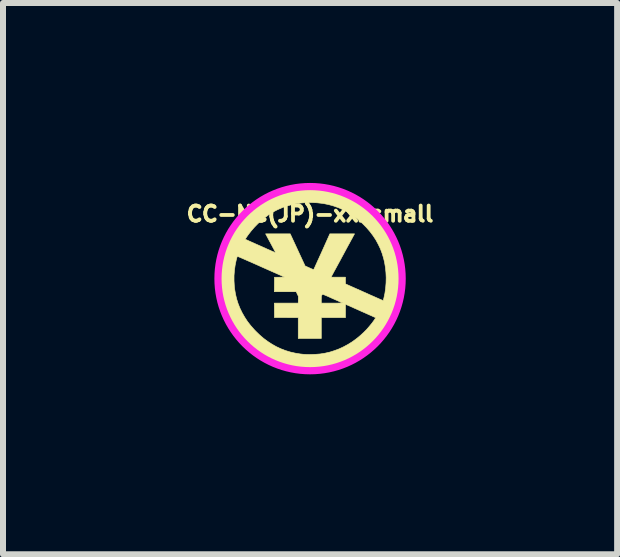
<source format=kicad_pcb>
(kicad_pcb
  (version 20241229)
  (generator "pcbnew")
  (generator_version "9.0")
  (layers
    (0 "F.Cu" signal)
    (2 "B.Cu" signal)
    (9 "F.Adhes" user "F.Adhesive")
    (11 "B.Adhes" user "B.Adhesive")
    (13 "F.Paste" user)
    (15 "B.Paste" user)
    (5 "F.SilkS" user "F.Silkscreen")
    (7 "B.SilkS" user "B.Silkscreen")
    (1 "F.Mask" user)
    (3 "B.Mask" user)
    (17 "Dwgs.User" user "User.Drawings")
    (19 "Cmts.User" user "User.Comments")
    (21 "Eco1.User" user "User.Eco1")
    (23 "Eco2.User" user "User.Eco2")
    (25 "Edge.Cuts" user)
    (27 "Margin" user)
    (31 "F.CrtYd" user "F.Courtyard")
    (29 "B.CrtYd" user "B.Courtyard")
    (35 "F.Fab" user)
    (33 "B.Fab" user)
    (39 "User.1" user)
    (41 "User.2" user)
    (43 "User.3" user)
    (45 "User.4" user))
  (footprint "CC-NC(JP)-xxxsmall"
    (layer "F.Cu")
    (at 2.12 1.596)
    (property "Reference" "CC-NC(JP)-xxxsmall" (at 0 -1.079 0) (layer "F.SilkS") (effects (font (size 0.254 0.254) (thickness 0.064))))
    (attr through_hole)
    (fp_poly (pts (xy 0.065 -1.547) (xy 0.163 -1.54) (xy 0.259 -1.529) (xy 0.353 -1.512) (xy 0.444 -1.489) (xy 0.533 -1.461) (xy 0.619 -1.428) (xy 0.703 -1.389) (xy 0.771 -1.352) (xy 0.849 -1.304) (xy 0.925 -1.25) (xy 0.999 -1.191) (xy 1.07 -1.128) (xy 1.137 -1.06) (xy 1.2 -0.988) (xy 1.26 -0.913) (xy 1.292 -0.868) (xy 1.313 -0.835) (xy 1.336 -0.798) (xy 1.359 -0.758) (xy 1.381 -0.717) (xy 1.402 -0.676) (xy 1.421 -0.636) (xy 1.437 -0.599) (xy 1.441 -0.588) (xy 1.471 -0.504) (xy 1.496 -0.418) (xy 1.517 -0.33) (xy 1.532 -0.238) (xy 1.543 -0.15) (xy 1.544 -0.129) (xy 1.545 -0.104) (xy 1.546 -0.075) (xy 1.547 -0.043) (xy 1.547 -0.01) (xy 1.547 0.025) (xy 1.546 0.058) (xy 1.545 0.09) (xy 1.544 0.119) (xy 1.543 0.145) (xy 1.541 0.165) (xy 1.53 0.254) (xy 1.515 0.338) (xy 1.497 0.419) (xy 1.474 0.497) (xy 1.448 0.573) (xy 1.416 0.647) (xy 1.399 0.685) (xy 1.356 0.765) (xy 1.308 0.842) (xy 1.255 0.918) (xy 1.197 0.99) (xy 1.133 1.06) (xy 1.065 1.128) (xy 0.991 1.192) (xy 0.927 1.243) (xy 0.849 1.298) (xy 0.768 1.348) (xy 0.684 1.392) (xy 0.598 1.431) (xy 0.51 1.465) (xy 0.42 1.493) (xy 0.328 1.515) (xy 0.235 1.532) (xy 0.201 1.536) (xy 0.157 1.541) (xy 0.116 1.544) (xy 0.076 1.547) (xy 0.033 1.548) (xy -0.01 1.548) (xy -0.031 1.547) (xy -0.051 1.547) (xy -0.068 1.547) (xy -0.082 1.547) (xy -0.092 1.546) (xy -0.095 1.546) (xy -0.103 1.546) (xy -0.115 1.545) (xy -0.13 1.543) (xy -0.146 1.542) (xy -0.147 1.542) (xy -0.239 1.531) (xy -0.331 1.515) (xy -0.421 1.493) (xy -0.51 1.465) (xy -0.597 1.431) (xy -0.681 1.391) (xy -0.682 1.391) (xy -0.753 1.353) (xy -0.82 1.312) (xy -0.885 1.268) (xy -0.948 1.22) (xy -1.01 1.167) (xy -1.072 1.109) (xy -1.104 1.078) (xy -1.171 1.005) (xy -1.233 0.93) (xy -1.29 0.854) (xy -1.34 0.775) (xy -1.385 0.695) (xy -1.425 0.612) (xy -1.459 0.527) (xy -1.487 0.439) (xy -1.511 0.349) (xy -1.529 0.256) (xy -1.541 0.162) (xy -1.543 0.138) (xy -1.545 0.108) (xy -1.546 0.076) (xy -1.547 0.04) (xy -1.547 0.038) (xy -1.268 0.038) (xy -1.263 0.126) (xy -1.258 0.171) (xy -1.244 0.255) (xy -1.225 0.337) (xy -1.2 0.416) (xy -1.169 0.494) (xy -1.132 0.57) (xy -1.09 0.643) (xy -1.043 0.715) (xy -0.989 0.784) (xy -0.93 0.851) (xy -0.907 0.875) (xy -0.842 0.938) (xy -0.775 0.996) (xy -0.706 1.047) (xy -0.635 1.093) (xy -0.563 1.134) (xy -0.488 1.169) (xy -0.41 1.199) (xy -0.331 1.223) (xy -0.248 1.242) (xy -0.163 1.256) (xy -0.144 1.258) (xy -0.104 1.262) (xy -0.062 1.264) (xy -0.016 1.265) (xy 0.033 1.264) (xy 0.088 1.262) (xy 0.089 1.262) (xy 0.169 1.256) (xy 0.249 1.243) (xy 0.329 1.225) (xy 0.407 1.2) (xy 0.485 1.171) (xy 0.56 1.136) (xy 0.634 1.096) (xy 0.706 1.051) (xy 0.774 1.001) (xy 0.787 0.991) (xy 0.842 0.945) (xy 0.894 0.897) (xy 0.944 0.847) (xy 0.989 0.795) (xy 1.031 0.744) (xy 1.068 0.693) (xy 1.077 0.679) (xy 1.095 0.652) (xy 1.083 0.646) (xy 1.079 0.644) (xy 1.069 0.64) (xy 1.055 0.634) (xy 1.037 0.625) (xy 1.014 0.615) (xy 0.989 0.604) (xy 0.96 0.591) (xy 0.929 0.577) (xy 0.895 0.562) (xy 0.86 0.547) (xy 0.832 0.534) (xy 0.591 0.427) (xy 0.59 0.65) (xy 0.187 0.65) (xy 0.187 0.998) (xy -0.197 0.998) (xy -0.197 0.65) (xy -0.395 0.649) (xy -0.594 0.649) (xy -0.595 0.528) (xy -0.596 0.408) (xy -0.197 0.408) (xy -0.196 0.351) (xy 0.187 0.351) (xy 0.187 0.408) (xy 0.367 0.408) (xy 0.4 0.408) (xy 0.431 0.408) (xy 0.459 0.408) (xy 0.484 0.407) (xy 0.505 0.407) (xy 0.522 0.407) (xy 0.533 0.406) (xy 0.54 0.406) (xy 0.541 0.405) (xy 0.538 0.404) (xy 0.529 0.4) (xy 0.516 0.394) (xy 0.499 0.386) (xy 0.478 0.377) (xy 0.455 0.366) (xy 0.428 0.355) (xy 0.4 0.342) (xy 0.372 0.33) (xy 0.337 0.314) (xy 0.306 0.3) (xy 0.281 0.289) (xy 0.259 0.28) (xy 0.242 0.273) (xy 0.229 0.267) (xy 0.219 0.263) (xy 0.212 0.261) (xy 0.207 0.26) (xy 0.205 0.26) (xy 0.205 0.26) (xy 0.202 0.265) (xy 0.198 0.274) (xy 0.195 0.279) (xy 0.192 0.284) (xy 0.19 0.289) (xy 0.189 0.295) (xy 0.188 0.302) (xy 0.188 0.313) (xy 0.188 0.327) (xy 0.187 0.346) (xy 0.187 0.351) (xy -0.196 0.351) (xy -0.196 0.292) (xy -0.214 0.255) (xy -0.231 0.218) (xy -0.414 0.218) (xy -0.596 0.218) (xy -0.595 0.098) (xy -0.594 -0.023) (xy -0.51 -0.024) (xy -0.425 -0.026) (xy -0.818 -0.2) (xy -0.864 -0.221) (xy -0.909 -0.241) (xy -0.952 -0.26) (xy -0.992 -0.278) (xy -1.03 -0.294) (xy -1.066 -0.31) (xy -1.098 -0.324) (xy -1.127 -0.337) (xy -1.153 -0.348) (xy -1.174 -0.357) (xy -1.191 -0.364) (xy -1.203 -0.369) (xy -1.211 -0.372) (xy -1.213 -0.373) (xy -1.215 -0.369) (xy -1.217 -0.36) (xy -1.221 -0.348) (xy -1.225 -0.332) (xy -1.23 -0.314) (xy -1.231 -0.311) (xy -1.249 -0.225) (xy -1.261 -0.138) (xy -1.268 -0.051) (xy -1.268 0.038) (xy -1.547 0.038) (xy -1.547 0.004) (xy -1.547 -0.033) (xy -1.546 -0.068) (xy -1.545 -0.102) (xy -1.544 -0.132) (xy -1.542 -0.157) (xy -1.541 -0.162) (xy -1.528 -0.259) (xy -1.51 -0.353) (xy -1.486 -0.445) (xy -1.457 -0.534) (xy -1.422 -0.62) (xy -1.404 -0.658) (xy -1.079 -0.658) (xy -1.078 -0.656) (xy -1.076 -0.654) (xy -1.076 -0.654) (xy -1.072 -0.653) (xy -1.064 -0.649) (xy -1.05 -0.643) (xy -1.033 -0.635) (xy -1.013 -0.626) (xy -0.989 -0.615) (xy -0.962 -0.603) (xy -0.934 -0.591) (xy -0.904 -0.577) (xy -0.872 -0.563) (xy -0.84 -0.549) (xy -0.808 -0.535) (xy -0.776 -0.52) (xy -0.745 -0.507) (xy -0.716 -0.493) (xy -0.688 -0.481) (xy -0.662 -0.47) (xy -0.639 -0.459) (xy -0.619 -0.451) (xy -0.603 -0.444) (xy -0.592 -0.438) (xy -0.585 -0.435) (xy -0.584 -0.435) (xy -0.571 -0.43) (xy -0.575 -0.436) (xy -0.577 -0.44) (xy -0.582 -0.449) (xy -0.589 -0.462) (xy -0.598 -0.479) (xy -0.608 -0.499) (xy -0.621 -0.522) (xy -0.634 -0.547) (xy -0.648 -0.573) (xy -0.656 -0.588) (xy -0.671 -0.616) (xy -0.685 -0.642) (xy -0.698 -0.666) (xy -0.709 -0.687) (xy -0.719 -0.706) (xy -0.727 -0.721) (xy -0.733 -0.732) (xy -0.737 -0.739) (xy -0.737 -0.74) (xy -0.741 -0.747) (xy -0.331 -0.747) (xy -0.083 -0.212) (xy -0.012 -0.18) (xy 0.007 -0.172) (xy 0.024 -0.164) (xy 0.039 -0.158) (xy 0.051 -0.154) (xy 0.058 -0.151) (xy 0.061 -0.151) (xy 0.062 -0.154) (xy 0.066 -0.162) (xy 0.072 -0.175) (xy 0.08 -0.192) (xy 0.09 -0.214) (xy 0.101 -0.239) (xy 0.114 -0.267) (xy 0.128 -0.299) (xy 0.144 -0.333) (xy 0.16 -0.369) (xy 0.178 -0.408) (xy 0.196 -0.448) (xy 0.197 -0.45) (xy 0.33 -0.747) (xy 0.741 -0.747) (xy 0.737 -0.74) (xy 0.736 -0.737) (xy 0.731 -0.728) (xy 0.724 -0.715) (xy 0.714 -0.698) (xy 0.703 -0.676) (xy 0.689 -0.651) (xy 0.673 -0.622) (xy 0.656 -0.59) (xy 0.637 -0.556) (xy 0.617 -0.519) (xy 0.596 -0.48) (xy 0.574 -0.439) (xy 0.551 -0.396) (xy 0.542 -0.38) (xy 0.519 -0.337) (xy 0.497 -0.296) (xy 0.475 -0.256) (xy 0.455 -0.219) (xy 0.436 -0.184) (xy 0.418 -0.151) (xy 0.402 -0.122) (xy 0.388 -0.096) (xy 0.376 -0.073) (xy 0.366 -0.055) (xy 0.359 -0.041) (xy 0.353 -0.031) (xy 0.351 -0.026) (xy 0.351 -0.026) (xy 0.354 -0.025) (xy 0.362 -0.025) (xy 0.375 -0.025) (xy 0.392 -0.025) (xy 0.413 -0.024) (xy 0.436 -0.024) (xy 0.462 -0.024) (xy 0.47 -0.024) (xy 0.59 -0.024) (xy 0.59 0.032) (xy 0.591 0.088) (xy 0.903 0.227) (xy 0.944 0.245) (xy 0.983 0.263) (xy 1.021 0.28) (xy 1.056 0.295) (xy 1.089 0.31) (xy 1.119 0.323) (xy 1.146 0.335) (xy 1.169 0.345) (xy 1.188 0.353) (xy 1.202 0.359) (xy 1.212 0.364) (xy 1.217 0.366) (xy 1.217 0.366) (xy 1.219 0.363) (xy 1.222 0.356) (xy 1.226 0.344) (xy 1.229 0.33) (xy 1.23 0.327) (xy 1.248 0.244) (xy 1.26 0.158) (xy 1.267 0.071) (xy 1.269 -0.016) (xy 1.265 -0.103) (xy 1.256 -0.189) (xy 1.242 -0.273) (xy 1.226 -0.34) (xy 1.202 -0.42) (xy 1.173 -0.497) (xy 1.137 -0.572) (xy 1.097 -0.646) (xy 1.05 -0.717) (xy 0.998 -0.786) (xy 0.941 -0.852) (xy 0.878 -0.916) (xy 0.835 -0.957) (xy 0.767 -1.013) (xy 0.697 -1.064) (xy 0.624 -1.109) (xy 0.55 -1.149) (xy 0.473 -1.183) (xy 0.394 -1.211) (xy 0.313 -1.234) (xy 0.23 -1.251) (xy 0.204 -1.255) (xy 0.116 -1.265) (xy 0.028 -1.269) (xy -0.059 -1.268) (xy -0.145 -1.262) (xy -0.229 -1.25) (xy -0.311 -1.232) (xy -0.392 -1.21) (xy -0.47 -1.182) (xy -0.546 -1.148) (xy -0.619 -1.11) (xy -0.623 -1.107) (xy -0.686 -1.068) (xy -0.748 -1.022) (xy -0.81 -0.972) (xy -0.869 -0.918) (xy -0.926 -0.86) (xy -0.979 -0.799) (xy -1.029 -0.735) (xy -1.061 -0.689) (xy -1.07 -0.676) (xy -1.075 -0.667) (xy -1.079 -0.662) (xy -1.079 -0.658) (xy -1.404 -0.658) (xy -1.382 -0.704) (xy -1.336 -0.786) (xy -1.285 -0.866) (xy -1.228 -0.944) (xy -1.192 -0.988) (xy -1.126 -1.062) (xy -1.057 -1.132) (xy -0.986 -1.197) (xy -0.911 -1.256) (xy -0.834 -1.31) (xy -0.755 -1.358) (xy -0.673 -1.401) (xy -0.588 -1.439) (xy -0.502 -1.471) (xy -0.413 -1.498) (xy -0.411 -1.498) (xy -0.348 -1.513) (xy -0.286 -1.525) (xy -0.222 -1.535) (xy -0.157 -1.541) (xy -0.088 -1.546) (xy -0.036 -1.547) (xy 0.065 -1.547)) (stroke (width 0.01) (type solid)) (fill yes) (layer "F.SilkS"))
    (fp_circle (center 0 0) (end -1.333 0.762) (stroke (width 0.12) (type solid)) (fill no) (layer "F.CrtYd")))
  (gr_rect
    (start -3 -3)
    (end 7.24 6.192)
    (stroke (width 0.1) (type default))
    (fill no)
    (layer "Edge.Cuts")))
</source>
